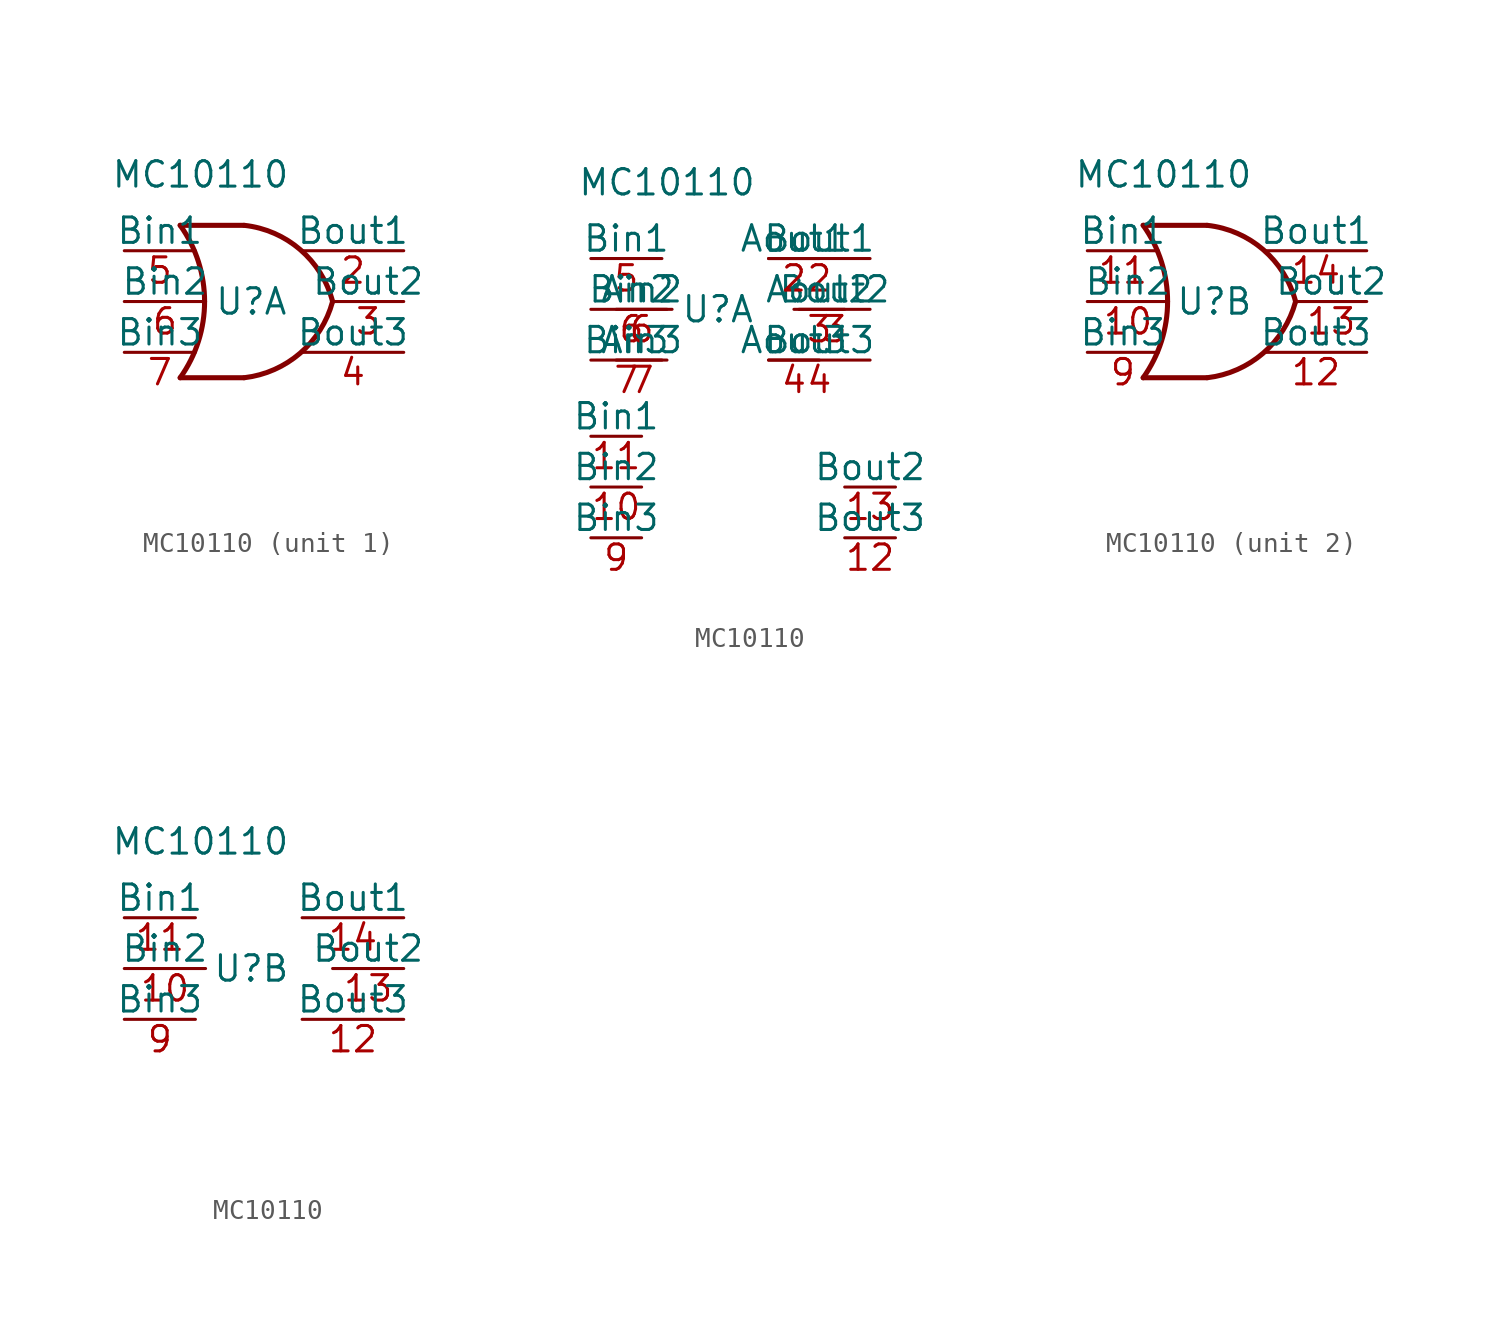
<source format=kicad_sym>
(kicad_symbol_lib
  (version 20211014)
  (generator kicad_symbol_editor)
  (symbol "MC10110"
    (pin_names
      (offset 0))
    (property "Reference" "U"
      (at -3.81 0 0)
      (effects (font (size 1.27 1.27))))
    (property "Value" "MC10110"
      (at -6.35 6.35 0)
      (effects (font (size 1.27 1.27))))
    (symbol "MC10110_0_0"
      (pin power_in line (at -6.35 8.89 270) (length 5.08) hide (name "VCC1" (effects (font (size 1.27 1.27)))) (number "1" (effects (font (size 1.27 1.27)))))
      (pin power_in line (at -5.08 8.89 270) (length 5.08) hide (name "VCC1" (effects (font (size 1.27 1.27)))) (number "15" (effects (font (size 1.27 1.27)))))
      (pin power_in line (at -2.54 8.89 270) (length 5.588) hide (name "VCC2" (effects (font (size 1.27 1.27)))) (number "16" (effects (font (size 1.27 1.27)))))
      (pin passive line (at -5.08 -8.89 90) (length 5.08) hide (name "VEE" (effects (font (size 1.27 1.27)))) (number "8" (effects (font (size 1.27 1.27))))))
    (symbol "MC10110_1_0"
      (pin output line (at 3.81 2.54 180) (length 5.08) (name "Bout1" (effects (font (size 1.27 1.27)))) (number "2" (effects (font (size 1.27 1.27)))))
      (pin output line (at 3.81 0 180) (length 3.556) (name "Bout2" (effects (font (size 1.27 1.27)))) (number "3" (effects (font (size 1.27 1.27)))))
      (pin output line (at 3.81 -2.54 180) (length 5.08) (name "Bout3" (effects (font (size 1.27 1.27)))) (number "4" (effects (font (size 1.27 1.27)))))
      (pin input line (at -10.16 2.54 0) (length 3.556) (name "Bin1" (effects (font (size 1.27 1.27)))) (number "5" (effects (font (size 1.27 1.27)))))
      (pin input line (at -10.16 0 0) (length 4.064) (name "Bin2" (effects (font (size 1.27 1.27)))) (number "6" (effects (font (size 1.27 1.27)))))
      (pin input line (at -10.16 -2.54 0) (length 3.556) (name "Bin3" (effects (font (size 1.27 1.27)))) (number "7" (effects (font (size 1.27 1.27))))))
    (symbol "MC10110_1_1"
      (arc (start -7.3662 -3.81) (mid -6.1452 0) (end -7.3662 3.81) (stroke (width 0.254) (type default) (color 0 0 0 0)) (fill (type none)))
      (arc (start -4.1658 -3.81) (mid -1.3707 -2.584) (end 0.2538 0) (stroke (width 0.254) (type default) (color 0 0 0 0)) (fill (type none)))
      (polyline (pts (xy -7.366 -3.81) (xy -4.191 -3.81)) (stroke (width 0.254) (type default) (color 0 0 0 0)) (fill (type none)))
      (polyline (pts (xy -7.366 3.81) (xy -4.191 3.81)) (stroke (width 0.254) (type default) (color 0 0 0 0)) (fill (type none)))
      (arc (start 0.2538 0) (mid -1.3634 2.5925) (end -4.1658 3.81) (stroke (width 0.254) (type default) (color 0 0 0 0)) (fill (type none))))
    (symbol "MC10110_1_2"
      (pin input line (at -10.16 -8.89 0) (length 2.54) (name "Bin2" (effects (font (size 1.27 1.27)))) (number "10" (effects (font (size 1.27 1.27)))))
      (pin input line (at -10.16 -6.35 0) (length 2.54) (name "Bin1" (effects (font (size 1.27 1.27)))) (number "11" (effects (font (size 1.27 1.27)))))
      (pin output line (at 5.08 -11.43 180) (length 2.54) (name "Bout3" (effects (font (size 1.27 1.27)))) (number "12" (effects (font (size 1.27 1.27)))))
      (pin output line (at 5.08 -8.89 180) (length 2.54) (name "Bout2" (effects (font (size 1.27 1.27)))) (number "13" (effects (font (size 1.27 1.27)))))
      (pin output line (at 1.27 2.54 180) (length 2.54) (name "Aout1" (effects (font (size 1.27 1.27)))) (number "2" (effects (font (size 1.27 1.27)))))
      (pin output line (at 2.54 0 180) (length 2.54) (name "Aout2" (effects (font (size 1.27 1.27)))) (number "3" (effects (font (size 1.27 1.27)))))
      (pin output line (at 1.27 -2.54 180) (length 2.54) (name "Aout3" (effects (font (size 1.27 1.27)))) (number "4" (effects (font (size 1.27 1.27)))))
      (pin input line (at -8.89 0 0) (length 2.54) (name "Ain2" (effects (font (size 1.27 1.27)))) (number "6" (effects (font (size 1.27 1.27)))))
      (pin input line (at -8.89 -2.54 0) (length 2.54) (name "Ain3" (effects (font (size 1.27 1.27)))) (number "7" (effects (font (size 1.27 1.27)))))
      (pin input line (at -10.16 -11.43 0) (length 2.54) (name "Bin3" (effects (font (size 1.27 1.27)))) (number "9" (effects (font (size 1.27 1.27))))))
    (symbol "MC10110_2_0"
      (pin input line (at -10.16 0 0) (length 4.064) (name "Bin2" (effects (font (size 1.27 1.27)))) (number "10" (effects (font (size 1.27 1.27)))))
      (pin input line (at -10.16 2.54 0) (length 3.556) (name "Bin1" (effects (font (size 1.27 1.27)))) (number "11" (effects (font (size 1.27 1.27)))))
      (pin output line (at 3.81 -2.54 180) (length 5.08) (name "Bout3" (effects (font (size 1.27 1.27)))) (number "12" (effects (font (size 1.27 1.27)))))
      (pin output line (at 3.81 0 180) (length 3.556) (name "Bout2" (effects (font (size 1.27 1.27)))) (number "13" (effects (font (size 1.27 1.27)))))
      (pin output line (at 3.81 2.54 180) (length 5.08) (name "Bout1" (effects (font (size 1.27 1.27)))) (number "14" (effects (font (size 1.27 1.27)))))
      (pin input line (at -10.16 -2.54 0) (length 3.556) (name "Bin3" (effects (font (size 1.27 1.27)))) (number "9" (effects (font (size 1.27 1.27))))))
    (symbol "MC10110_2_1"
      (arc (start -7.3662 -3.81) (mid -6.1452 0) (end -7.3662 3.81) (stroke (width 0.254) (type default) (color 0 0 0 0)) (fill (type none)))
      (arc (start -4.1658 -3.81) (mid -1.3707 -2.584) (end 0.2538 0) (stroke (width 0.254) (type default) (color 0 0 0 0)) (fill (type none)))
      (polyline (pts (xy -7.366 -3.81) (xy -4.191 -3.81)) (stroke (width 0.254) (type default) (color 0 0 0 0)) (fill (type none)))
      (polyline (pts (xy -7.366 3.81) (xy -4.191 3.81)) (stroke (width 0.254) (type default) (color 0 0 0 0)) (fill (type none)))
      (arc (start 0.2538 0) (mid -1.3634 2.5925) (end -4.1658 3.81) (stroke (width 0.254) (type default) (color 0 0 0 0)) (fill (type none))))))
</source>
